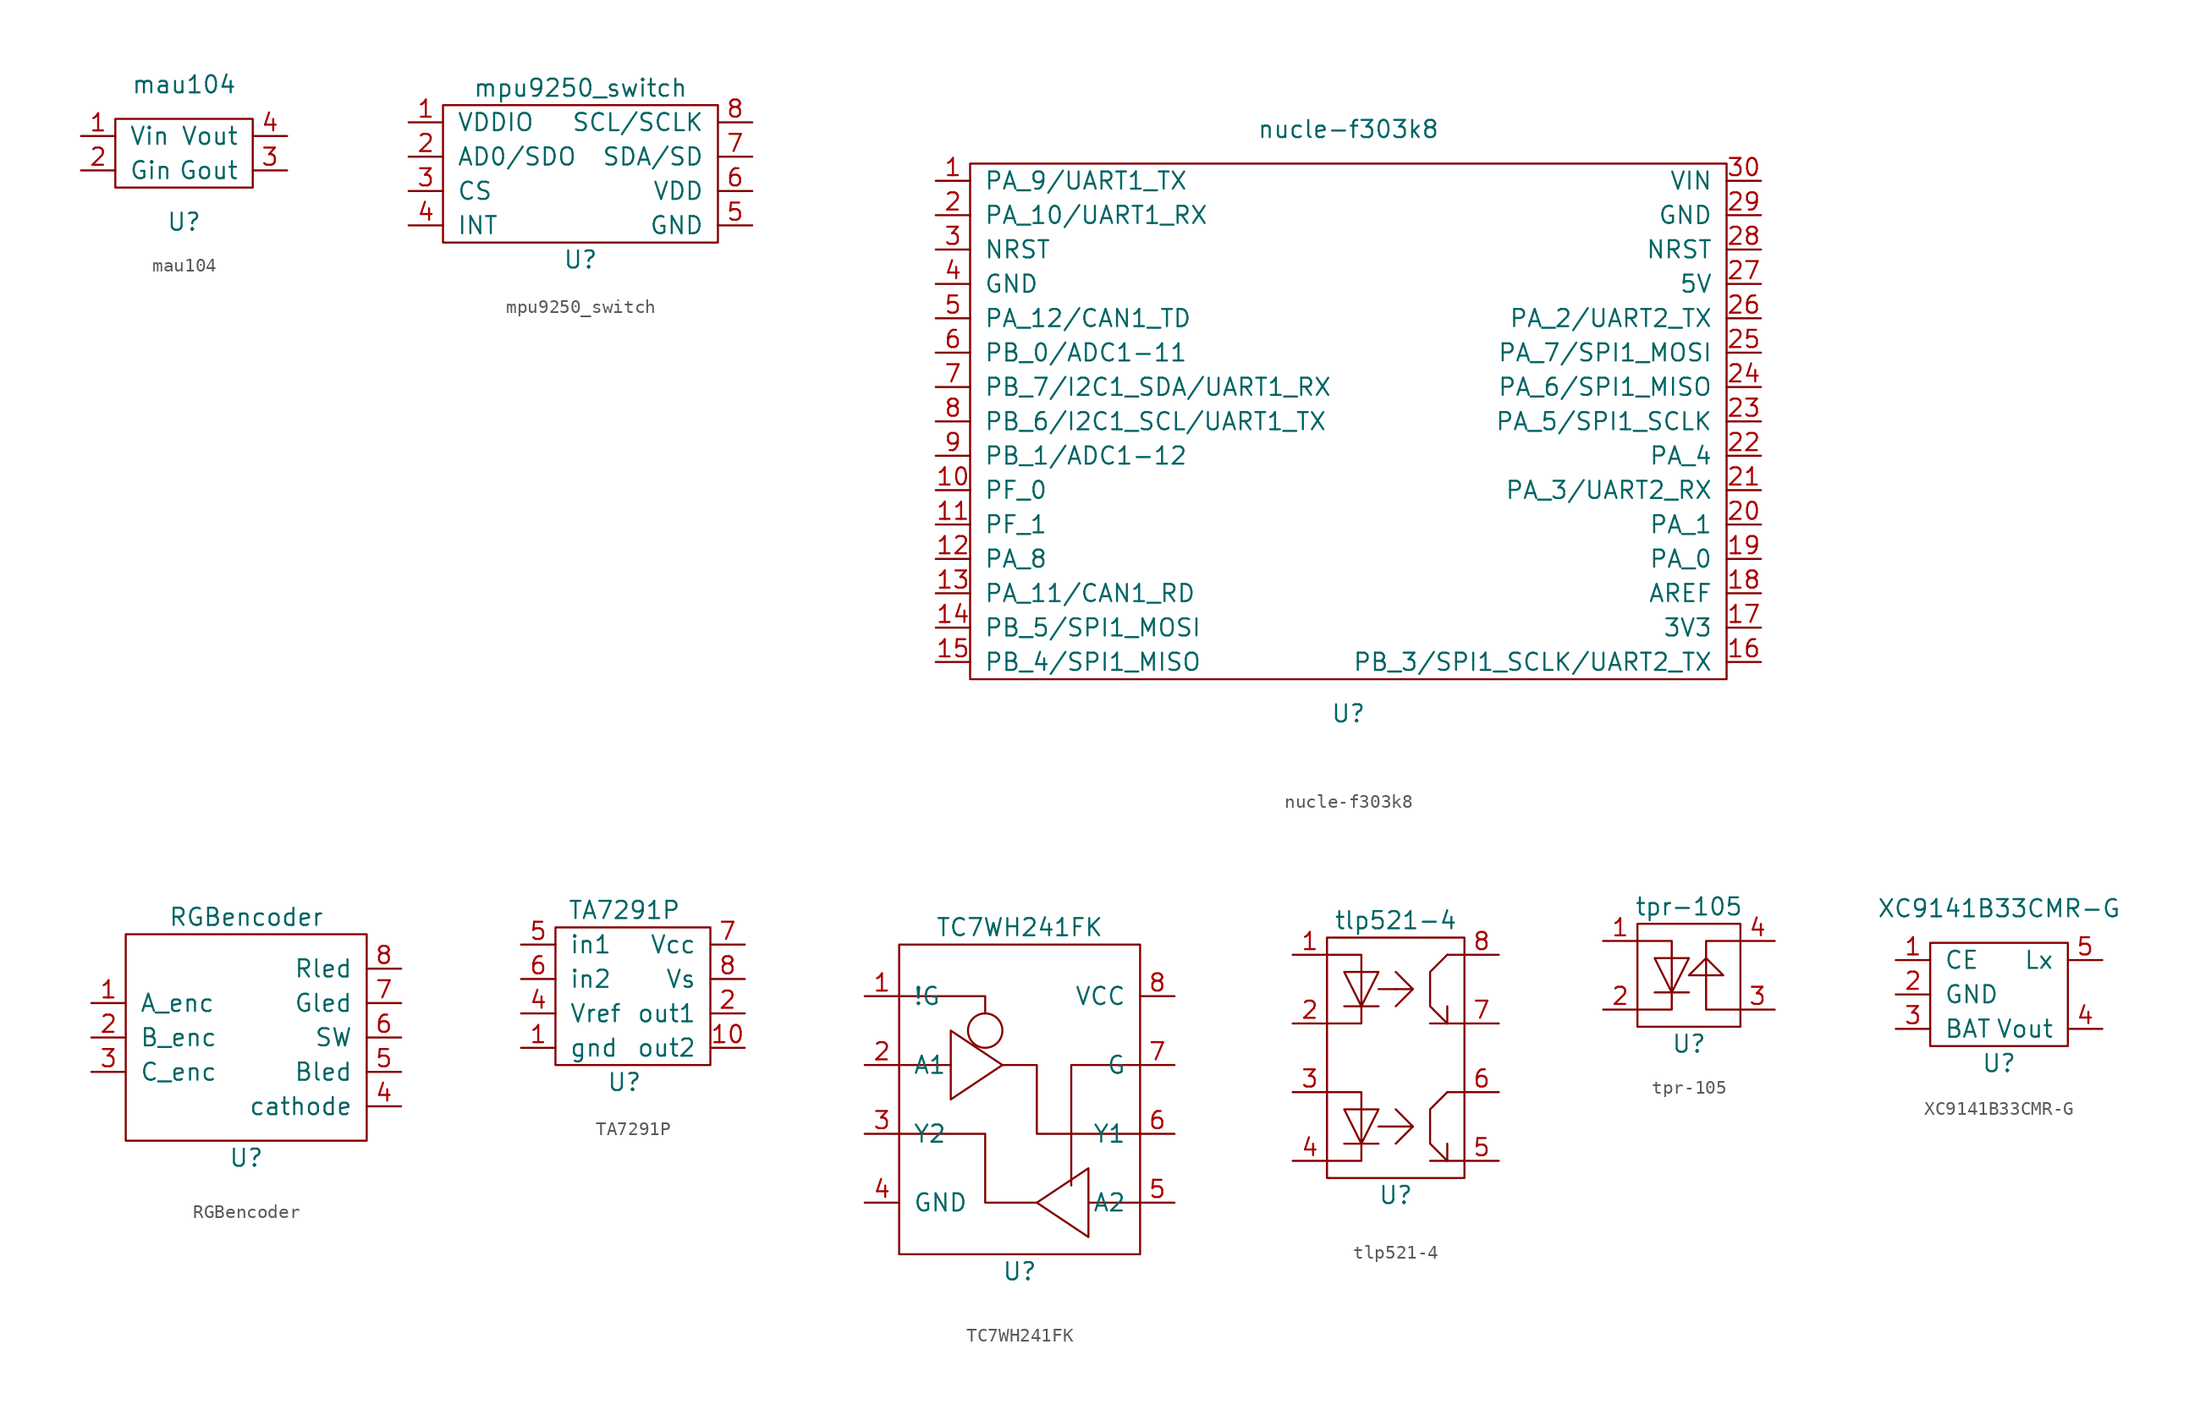
<source format=kicad_sym>
(kicad_symbol_lib
  (version 20211014)
  (generator kicad_symbol_editor)
  (symbol "mau104"
    (pin_names
      (offset 1.016))
    (property "Reference" "U"
      (at 0 -5.08 0)
      (effects (font (size 1.27 1.27))))
    (property "Value" "mau104"
      (at 0 5.08 0)
      (effects (font (size 1.27 1.27))))
    (symbol "mau104_0_1"
      (rectangle (start -5.08 2.54) (end 5.08 -2.54) (stroke (width 0) (type default) (color 0 0 0 0)) (fill (type none))))
    (symbol "mau104_1_1"
      (pin input line (at -7.62 1.27 0) (length 2.54) (name "Vin" (effects (font (size 1.27 1.27)))) (number "1" (effects (font (size 1.27 1.27)))))
      (pin input line (at -7.62 -1.27 0) (length 2.54) (name "Gin" (effects (font (size 1.27 1.27)))) (number "2" (effects (font (size 1.27 1.27)))))
      (pin input line (at 7.62 -1.27 180) (length 2.54) (name "Gout" (effects (font (size 1.27 1.27)))) (number "3" (effects (font (size 1.27 1.27)))))
      (pin input line (at 7.62 1.27 180) (length 2.54) (name "Vout" (effects (font (size 1.27 1.27)))) (number "4" (effects (font (size 1.27 1.27)))))))
  (symbol "mpu9250_switch"
    (pin_names
      (offset 1.016))
    (property "Reference" "U"
      (at 0 -6.35 0)
      (effects (font (size 1.27 1.27))))
    (property "Value" "mpu9250_switch"
      (at 0 6.35 0)
      (effects (font (size 1.27 1.27))))
    (symbol "mpu9250_switch_0_1"
      (rectangle (start 10.16 5.08) (end -10.16 -5.08) (stroke (width 0) (type default) (color 0 0 0 0)) (fill (type none))))
    (symbol "mpu9250_switch_1_1"
      (pin input line (at -12.7 3.81 0) (length 2.54) (name "VDDIO" (effects (font (size 1.27 1.27)))) (number "1" (effects (font (size 1.27 1.27)))))
      (pin input line (at -12.7 1.27 0) (length 2.54) (name "AD0/SDO" (effects (font (size 1.27 1.27)))) (number "2" (effects (font (size 1.27 1.27)))))
      (pin input line (at -12.7 -1.27 0) (length 2.54) (name "CS" (effects (font (size 1.27 1.27)))) (number "3" (effects (font (size 1.27 1.27)))))
      (pin input line (at -12.7 -3.81 0) (length 2.54) (name "INT" (effects (font (size 1.27 1.27)))) (number "4" (effects (font (size 1.27 1.27)))))
      (pin input line (at 12.7 -3.81 180) (length 2.54) (name "GND" (effects (font (size 1.27 1.27)))) (number "5" (effects (font (size 1.27 1.27)))))
      (pin input line (at 12.7 -1.27 180) (length 2.54) (name "VDD" (effects (font (size 1.27 1.27)))) (number "6" (effects (font (size 1.27 1.27)))))
      (pin input line (at 12.7 1.27 180) (length 2.54) (name "SDA/SD" (effects (font (size 1.27 1.27)))) (number "7" (effects (font (size 1.27 1.27)))))
      (pin input line (at 12.7 3.81 180) (length 2.54) (name "SCL/SCLK" (effects (font (size 1.27 1.27)))) (number "8" (effects (font (size 1.27 1.27)))))))
  (symbol "nucle-f303k8"
    (pin_names
      (offset 1.016))
    (property "Reference" "U"
      (at 0 -21.59 0)
      (effects (font (size 1.27 1.27))))
    (property "Value" "nucle-f303k8"
      (at 0 21.59 0)
      (effects (font (size 1.27 1.27))))
    (symbol "nucle-f303k8_0_1"
      (rectangle (start -27.94 19.05) (end 27.94 -19.05) (stroke (width 0) (type default) (color 0 0 0 0)) (fill (type none))))
    (symbol "nucle-f303k8_1_1"
      (pin input line (at -30.48 17.78 0) (length 2.54) (name "PA_9/UART1_TX" (effects (font (size 1.27 1.27)))) (number "1" (effects (font (size 1.27 1.27)))))
      (pin input line (at -30.48 -5.08 0) (length 2.54) (name "PF_0" (effects (font (size 1.27 1.27)))) (number "10" (effects (font (size 1.27 1.27)))))
      (pin input line (at -30.48 -7.62 0) (length 2.54) (name "PF_1" (effects (font (size 1.27 1.27)))) (number "11" (effects (font (size 1.27 1.27)))))
      (pin input line (at -30.48 -10.16 0) (length 2.54) (name "PA_8" (effects (font (size 1.27 1.27)))) (number "12" (effects (font (size 1.27 1.27)))))
      (pin input line (at -30.48 -12.7 0) (length 2.54) (name "PA_11/CAN1_RD" (effects (font (size 1.27 1.27)))) (number "13" (effects (font (size 1.27 1.27)))))
      (pin input line (at -30.48 -15.24 0) (length 2.54) (name "PB_5/SPI1_MOSI" (effects (font (size 1.27 1.27)))) (number "14" (effects (font (size 1.27 1.27)))))
      (pin input line (at -30.48 -17.78 0) (length 2.54) (name "PB_4/SPI1_MISO" (effects (font (size 1.27 1.27)))) (number "15" (effects (font (size 1.27 1.27)))))
      (pin input line (at 30.48 -17.78 180) (length 2.54) (name "PB_3/SPI1_SCLK/UART2_TX" (effects (font (size 1.27 1.27)))) (number "16" (effects (font (size 1.27 1.27)))))
      (pin input line (at 30.48 -15.24 180) (length 2.54) (name "3V3" (effects (font (size 1.27 1.27)))) (number "17" (effects (font (size 1.27 1.27)))))
      (pin input line (at 30.48 -12.7 180) (length 2.54) (name "AREF" (effects (font (size 1.27 1.27)))) (number "18" (effects (font (size 1.27 1.27)))))
      (pin input line (at 30.48 -10.16 180) (length 2.54) (name "PA_0" (effects (font (size 1.27 1.27)))) (number "19" (effects (font (size 1.27 1.27)))))
      (pin input line (at -30.48 15.24 0) (length 2.54) (name "PA_10/UART1_RX" (effects (font (size 1.27 1.27)))) (number "2" (effects (font (size 1.27 1.27)))))
      (pin input line (at 30.48 -7.62 180) (length 2.54) (name "PA_1" (effects (font (size 1.27 1.27)))) (number "20" (effects (font (size 1.27 1.27)))))
      (pin input line (at 30.48 -5.08 180) (length 2.54) (name "PA_3/UART2_RX" (effects (font (size 1.27 1.27)))) (number "21" (effects (font (size 1.27 1.27)))))
      (pin input line (at 30.48 -2.54 180) (length 2.54) (name "PA_4" (effects (font (size 1.27 1.27)))) (number "22" (effects (font (size 1.27 1.27)))))
      (pin input line (at 30.48 0 180) (length 2.54) (name "PA_5/SPI1_SCLK" (effects (font (size 1.27 1.27)))) (number "23" (effects (font (size 1.27 1.27)))))
      (pin input line (at 30.48 2.54 180) (length 2.54) (name "PA_6/SPI1_MISO" (effects (font (size 1.27 1.27)))) (number "24" (effects (font (size 1.27 1.27)))))
      (pin input line (at 30.48 5.08 180) (length 2.54) (name "PA_7/SPI1_MOSI" (effects (font (size 1.27 1.27)))) (number "25" (effects (font (size 1.27 1.27)))))
      (pin input line (at 30.48 7.62 180) (length 2.54) (name "PA_2/UART2_TX" (effects (font (size 1.27 1.27)))) (number "26" (effects (font (size 1.27 1.27)))))
      (pin input line (at 30.48 10.16 180) (length 2.54) (name "5V" (effects (font (size 1.27 1.27)))) (number "27" (effects (font (size 1.27 1.27)))))
      (pin input line (at 30.48 12.7 180) (length 2.54) (name "NRST" (effects (font (size 1.27 1.27)))) (number "28" (effects (font (size 1.27 1.27)))))
      (pin input line (at 30.48 15.24 180) (length 2.54) (name "GND" (effects (font (size 1.27 1.27)))) (number "29" (effects (font (size 1.27 1.27)))))
      (pin input line (at -30.48 12.7 0) (length 2.54) (name "NRST" (effects (font (size 1.27 1.27)))) (number "3" (effects (font (size 1.27 1.27)))))
      (pin input line (at 30.48 17.78 180) (length 2.54) (name "VIN" (effects (font (size 1.27 1.27)))) (number "30" (effects (font (size 1.27 1.27)))))
      (pin input line (at -30.48 10.16 0) (length 2.54) (name "GND" (effects (font (size 1.27 1.27)))) (number "4" (effects (font (size 1.27 1.27)))))
      (pin input line (at -30.48 7.62 0) (length 2.54) (name "PA_12/CAN1_TD" (effects (font (size 1.27 1.27)))) (number "5" (effects (font (size 1.27 1.27)))))
      (pin input line (at -30.48 5.08 0) (length 2.54) (name "PB_0/ADC1-11" (effects (font (size 1.27 1.27)))) (number "6" (effects (font (size 1.27 1.27)))))
      (pin input line (at -30.48 2.54 0) (length 2.54) (name "PB_7/I2C1_SDA/UART1_RX" (effects (font (size 1.27 1.27)))) (number "7" (effects (font (size 1.27 1.27)))))
      (pin input line (at -30.48 0 0) (length 2.54) (name "PB_6/I2C1_SCL/UART1_TX" (effects (font (size 1.27 1.27)))) (number "8" (effects (font (size 1.27 1.27)))))
      (pin input line (at -30.48 -2.54 0) (length 2.54) (name "PB_1/ADC1-12" (effects (font (size 1.27 1.27)))) (number "9" (effects (font (size 1.27 1.27)))))))
  (symbol "RGBencoder"
    (pin_names
      (offset 1.016))
    (property "Reference" "U"
      (at 0 -8.89 0)
      (effects (font (size 1.27 1.27))))
    (property "Value" "RGBencoder"
      (at 0 8.89 0)
      (effects (font (size 1.27 1.27))))
    (symbol "RGBencoder_0_1"
      (rectangle (start 8.89 7.62) (end -8.89 -7.62) (stroke (width 0) (type default) (color 0 0 0 0)) (fill (type none))))
    (symbol "RGBencoder_1_1"
      (pin input line (at -11.43 2.54 0) (length 2.54) (name "A_enc" (effects (font (size 1.27 1.27)))) (number "1" (effects (font (size 1.27 1.27)))))
      (pin input line (at -11.43 0 0) (length 2.54) (name "B_enc" (effects (font (size 1.27 1.27)))) (number "2" (effects (font (size 1.27 1.27)))))
      (pin input line (at -11.43 -2.54 0) (length 2.54) (name "C_enc" (effects (font (size 1.27 1.27)))) (number "3" (effects (font (size 1.27 1.27)))))
      (pin input line (at 11.43 -5.08 180) (length 2.54) (name "cathode" (effects (font (size 1.27 1.27)))) (number "4" (effects (font (size 1.27 1.27)))))
      (pin input line (at 11.43 -2.54 180) (length 2.54) (name "Bled" (effects (font (size 1.27 1.27)))) (number "5" (effects (font (size 1.27 1.27)))))
      (pin input line (at 11.43 0 180) (length 2.54) (name "SW" (effects (font (size 1.27 1.27)))) (number "6" (effects (font (size 1.27 1.27)))))
      (pin input line (at 11.43 2.54 180) (length 2.54) (name "Gled" (effects (font (size 1.27 1.27)))) (number "7" (effects (font (size 1.27 1.27)))))
      (pin input line (at 11.43 5.08 180) (length 2.54) (name "Rled" (effects (font (size 1.27 1.27)))) (number "8" (effects (font (size 1.27 1.27)))))))
  (symbol "TA7291P"
    (pin_names
      (offset 1.016))
    (property "Reference" "U"
      (at 0 -5.08 0)
      (effects (font (size 1.27 1.27))))
    (property "Value" "TA7291P"
      (at 0 7.62 0)
      (effects (font (size 1.27 1.27))))
    (symbol "TA7291P_0_1"
      (rectangle (start -5.08 6.35) (end 6.35 -3.81) (stroke (width 0) (type default) (color 0 0 0 0)) (fill (type none))))
    (symbol "TA7291P_1_1"
      (pin input line (at -7.62 -2.54 0) (length 2.54) (name "gnd" (effects (font (size 1.27 1.27)))) (number "1" (effects (font (size 1.27 1.27)))))
      (pin input line (at 8.89 -2.54 180) (length 2.54) (name "out2" (effects (font (size 1.27 1.27)))) (number "10" (effects (font (size 1.27 1.27)))))
      (pin input line (at 8.89 0 180) (length 2.54) (name "out1" (effects (font (size 1.27 1.27)))) (number "2" (effects (font (size 1.27 1.27)))))
      (pin input line (at -7.62 0 0) (length 2.54) (name "Vref" (effects (font (size 1.27 1.27)))) (number "4" (effects (font (size 1.27 1.27)))))
      (pin input line (at -7.62 5.08 0) (length 2.54) (name "in1" (effects (font (size 1.27 1.27)))) (number "5" (effects (font (size 1.27 1.27)))))
      (pin input line (at -7.62 2.54 0) (length 2.54) (name "in2" (effects (font (size 1.27 1.27)))) (number "6" (effects (font (size 1.27 1.27)))))
      (pin input line (at 8.89 5.08 180) (length 2.54) (name "Vcc" (effects (font (size 1.27 1.27)))) (number "7" (effects (font (size 1.27 1.27)))))
      (pin input line (at 8.89 2.54 180) (length 2.54) (name "Vs" (effects (font (size 1.27 1.27)))) (number "8" (effects (font (size 1.27 1.27)))))))
  (symbol "TC7WH241FK"
    (pin_names
      (offset 1.016))
    (property "Reference" "U"
      (at 0 -12.7 0)
      (effects (font (size 1.27 1.27))))
    (property "Value" "TC7WH241FK"
      (at 0 12.7 0)
      (effects (font (size 1.27 1.27))))
    (symbol "TC7WH241FK_0_1"
      (circle (center -2.54 5.08) (radius 1.27) (stroke (width 0) (type default) (color 0 0 0 0)) (fill (type none)))
      (polyline (pts (xy -8.89 2.54) (xy -5.08 2.54)) (stroke (width 0) (type default) (color 0 0 0 0)) (fill (type none)))
      (polyline (pts (xy -8.89 7.62) (xy -2.54 7.62) (xy -2.54 6.35)) (stroke (width 0) (type default) (color 0 0 0 0)) (fill (type none)))
      (polyline (pts (xy 3.81 -6.35) (xy 3.81 2.54) (xy 8.89 2.54)) (stroke (width 0) (type default) (color 0 0 0 0)) (fill (type none)))
      (polyline (pts (xy -5.08 5.08) (xy -1.27 2.54) (xy -5.08 0) (xy -5.08 5.08)) (stroke (width 0) (type default) (color 0 0 0 0)) (fill (type none)))
      (polyline (pts (xy 1.27 -7.62) (xy -2.54 -7.62) (xy -2.54 -2.54) (xy -8.89 -2.54)) (stroke (width 0) (type default) (color 0 0 0 0)) (fill (type none)))
      (polyline (pts (xy 8.89 -2.54) (xy 1.27 -2.54) (xy 1.27 2.54) (xy -1.27 2.54)) (stroke (width 0) (type default) (color 0 0 0 0)) (fill (type none)))
      (polyline (pts (xy 8.89 -7.62) (xy 5.08 -7.62) (xy 5.08 -5.08) (xy 1.27 -7.62) (xy 5.08 -10.16) (xy 5.08 -7.62)) (stroke (width 0) (type default) (color 0 0 0 0)) (fill (type none)))
      (rectangle (start 8.89 11.43) (end -8.89 -11.43) (stroke (width 0) (type default) (color 0 0 0 0)) (fill (type none))))
    (symbol "TC7WH241FK_1_1"
      (pin input line (at -11.43 7.62 0) (length 2.54) (name "!G" (effects (font (size 1.27 1.27)))) (number "1" (effects (font (size 1.27 1.27)))))
      (pin input line (at -11.43 2.54 0) (length 2.54) (name "A1" (effects (font (size 1.27 1.27)))) (number "2" (effects (font (size 1.27 1.27)))))
      (pin input line (at -11.43 -2.54 0) (length 2.54) (name "Y2" (effects (font (size 1.27 1.27)))) (number "3" (effects (font (size 1.27 1.27)))))
      (pin input line (at -11.43 -7.62 0) (length 2.54) (name "GND" (effects (font (size 1.27 1.27)))) (number "4" (effects (font (size 1.27 1.27)))))
      (pin input line (at 11.43 -7.62 180) (length 2.54) (name "A2" (effects (font (size 1.27 1.27)))) (number "5" (effects (font (size 1.27 1.27)))))
      (pin input line (at 11.43 -2.54 180) (length 2.54) (name "Y1" (effects (font (size 1.27 1.27)))) (number "6" (effects (font (size 1.27 1.27)))))
      (pin input line (at 11.43 2.54 180) (length 2.54) (name "G" (effects (font (size 1.27 1.27)))) (number "7" (effects (font (size 1.27 1.27)))))
      (pin input line (at 11.43 7.62 180) (length 2.54) (name "VCC" (effects (font (size 1.27 1.27)))) (number "8" (effects (font (size 1.27 1.27)))))))
  (symbol "tlp521-4"
    (pin_names
      (offset 1.016))
    (property "Reference" "U"
      (at 0 -10.16 0)
      (effects (font (size 1.27 1.27))))
    (property "Value" "tlp521-4"
      (at 0 10.16 0)
      (effects (font (size 1.27 1.27))))
    (symbol "tlp521-4_0_1"
      (rectangle (start -5.08 8.89) (end 5.08 -8.89) (stroke (width 0) (type default) (color 0 0 0 0)) (fill (type none)))
      (polyline (pts (xy -3.81 -6.35) (xy -1.27 -6.35)) (stroke (width 0) (type default) (color 0 0 0 0)) (fill (type none)))
      (polyline (pts (xy -3.81 3.81) (xy -1.27 3.81)) (stroke (width 0) (type default) (color 0 0 0 0)) (fill (type none)))
      (polyline (pts (xy 0 -6.35) (xy 1.27 -5.08)) (stroke (width 0) (type default) (color 0 0 0 0)) (fill (type none)))
      (polyline (pts (xy 0 3.81) (xy 1.27 5.08)) (stroke (width 0) (type default) (color 0 0 0 0)) (fill (type none)))
      (polyline (pts (xy 0 5.08) (xy -1.27 5.08)) (stroke (width 0) (type default) (color 0 0 0 0)) (fill (type none)))
      (polyline (pts (xy 3.81 -7.62) (xy 3.81 -6.35)) (stroke (width 0) (type default) (color 0 0 0 0)) (fill (type none)))
      (polyline (pts (xy 3.81 -7.62) (xy 5.08 -7.62)) (stroke (width 0) (type default) (color 0 0 0 0)) (fill (type none)))
      (polyline (pts (xy 3.81 -2.54) (xy 5.08 -2.54)) (stroke (width 0) (type default) (color 0 0 0 0)) (fill (type none)))
      (polyline (pts (xy 3.81 2.54) (xy 5.08 2.54)) (stroke (width 0) (type default) (color 0 0 0 0)) (fill (type none)))
      (polyline (pts (xy 3.81 7.62) (xy 5.08 7.62)) (stroke (width 0) (type default) (color 0 0 0 0)) (fill (type none)))
      (polyline (pts (xy 0 6.35) (xy 1.27 5.08) (xy 0 5.08)) (stroke (width 0) (type default) (color 0 0 0 0)) (fill (type none)))
      (polyline (pts (xy 2.54 2.54) (xy 3.81 2.54) (xy 3.81 3.81)) (stroke (width 0) (type default) (color 0 0 0 0)) (fill (type none)))
      (polyline (pts (xy -5.08 -2.54) (xy -2.54 -2.54) (xy -2.54 -7.62) (xy -5.08 -7.62)) (stroke (width 0) (type default) (color 0 0 0 0)) (fill (type none)))
      (polyline (pts (xy -5.08 2.54) (xy -2.54 2.54) (xy -2.54 7.62) (xy -5.08 7.62)) (stroke (width 0) (type default) (color 0 0 0 0)) (fill (type none)))
      (polyline (pts (xy -3.81 -3.81) (xy -1.27 -3.81) (xy -2.54 -6.35) (xy -3.81 -3.81)) (stroke (width 0) (type default) (color 0 0 0 0)) (fill (type none)))
      (polyline (pts (xy -3.81 6.35) (xy -1.27 6.35) (xy -2.54 3.81) (xy -3.81 6.35)) (stroke (width 0) (type default) (color 0 0 0 0)) (fill (type none)))
      (polyline (pts (xy -1.27 -5.08) (xy 1.27 -5.08) (xy 0 -3.81) (xy 1.27 -5.08)) (stroke (width 0) (type default) (color 0 0 0 0)) (fill (type none)))
      (polyline (pts (xy 3.81 2.54) (xy 2.54 3.81) (xy 2.54 6.35) (xy 3.81 7.62)) (stroke (width 0) (type default) (color 0 0 0 0)) (fill (type none)))
      (polyline (pts (xy 2.54 -7.62) (xy 3.81 -7.62) (xy 2.54 -6.35) (xy 2.54 -3.81) (xy 3.81 -2.54)) (stroke (width 0) (type default) (color 0 0 0 0)) (fill (type none))))
    (symbol "tlp521-4_1_1"
      (pin input line (at -7.62 7.62 0) (length 2.54) (name "~" (effects (font (size 1.27 1.27)))) (number "1" (effects (font (size 1.27 1.27)))))
      (pin input line (at -7.62 2.54 0) (length 2.54) (name "~" (effects (font (size 1.27 1.27)))) (number "2" (effects (font (size 1.27 1.27)))))
      (pin input line (at -7.62 -2.54 0) (length 2.54) (name "~" (effects (font (size 1.27 1.27)))) (number "3" (effects (font (size 1.27 1.27)))))
      (pin input line (at -7.62 -7.62 0) (length 2.54) (name "~" (effects (font (size 1.27 1.27)))) (number "4" (effects (font (size 1.27 1.27)))))
      (pin input line (at 7.62 -7.62 180) (length 2.54) (name "~" (effects (font (size 1.27 1.27)))) (number "5" (effects (font (size 1.27 1.27)))))
      (pin input line (at 7.62 -2.54 180) (length 2.54) (name "~" (effects (font (size 1.27 1.27)))) (number "6" (effects (font (size 1.27 1.27)))))
      (pin input line (at 7.62 2.54 180) (length 2.54) (name "~" (effects (font (size 1.27 1.27)))) (number "7" (effects (font (size 1.27 1.27)))))
      (pin input line (at 7.62 7.62 180) (length 2.54) (name "~" (effects (font (size 1.27 1.27)))) (number "8" (effects (font (size 1.27 1.27)))))))
  (symbol "tpr-105"
    (pin_names
      (offset 1.016))
    (property "Reference" "U"
      (at 0 -5.08 0)
      (effects (font (size 1.27 1.27))))
    (property "Value" "tpr-105"
      (at 0 5.08 0)
      (effects (font (size 1.27 1.27))))
    (symbol "tpr-105_0_1"
      (polyline (pts (xy -2.54 -1.27) (xy 0 -1.27) (xy -1.27 -1.27)) (stroke (width 0) (type default) (color 0 0 0 0)) (fill (type none)))
      (polyline (pts (xy -3.81 2.54) (xy -1.27 2.54) (xy -1.27 -2.54) (xy -3.81 -2.54)) (stroke (width 0) (type default) (color 0 0 0 0)) (fill (type none)))
      (polyline (pts (xy 1.27 1.27) (xy 2.54 0) (xy 0 0) (xy 1.27 1.27)) (stroke (width 0) (type default) (color 0 0 0 0)) (fill (type none)))
      (polyline (pts (xy 3.81 -2.54) (xy 1.27 -2.54) (xy 1.27 2.54) (xy 3.81 2.54)) (stroke (width 0) (type default) (color 0 0 0 0)) (fill (type none)))
      (polyline (pts (xy -2.54 1.27) (xy 0 1.27) (xy -1.27 -1.27) (xy -2.54 1.27) (xy -1.27 -1.27)) (stroke (width 0) (type default) (color 0 0 0 0)) (fill (type none)))
      (rectangle (start 3.81 -3.81) (end -3.81 3.81) (stroke (width 0) (type default) (color 0 0 0 0)) (fill (type none))))
    (symbol "tpr-105_1_1"
      (pin input line (at -6.35 2.54 0) (length 2.54) (name "~" (effects (font (size 1.27 1.27)))) (number "1" (effects (font (size 1.27 1.27)))))
      (pin input line (at -6.35 -2.54 0) (length 2.54) (name "~" (effects (font (size 1.27 1.27)))) (number "2" (effects (font (size 1.27 1.27)))))
      (pin input line (at 6.35 -2.54 180) (length 2.54) (name "~" (effects (font (size 1.27 1.27)))) (number "3" (effects (font (size 1.27 1.27)))))
      (pin input line (at 6.35 2.54 180) (length 2.54) (name "~" (effects (font (size 1.27 1.27)))) (number "4" (effects (font (size 1.27 1.27)))))))
  (symbol "XC9141B33CMR-G"
    (pin_names
      (offset 1.016))
    (property "Reference" "U"
      (at 0 -5.08 0)
      (effects (font (size 1.27 1.27))))
    (property "Value" "XC9141B33CMR-G"
      (at 0 6.35 0)
      (effects (font (size 1.27 1.27))))
    (symbol "XC9141B33CMR-G_0_1"
      (rectangle (start -5.08 3.81) (end 5.08 -3.81) (stroke (width 0) (type default) (color 0 0 0 0)) (fill (type none))))
    (symbol "XC9141B33CMR-G_1_1"
      (pin input line (at -7.62 2.54 0) (length 2.54) (name "CE" (effects (font (size 1.27 1.27)))) (number "1" (effects (font (size 1.27 1.27)))))
      (pin input line (at -7.62 0 0) (length 2.54) (name "GND" (effects (font (size 1.27 1.27)))) (number "2" (effects (font (size 1.27 1.27)))))
      (pin input line (at -7.62 -2.54 0) (length 2.54) (name "BAT" (effects (font (size 1.27 1.27)))) (number "3" (effects (font (size 1.27 1.27)))))
      (pin input line (at 7.62 -2.54 180) (length 2.54) (name "Vout" (effects (font (size 1.27 1.27)))) (number "4" (effects (font (size 1.27 1.27)))))
      (pin input line (at 7.62 2.54 180) (length 2.54) (name "Lx" (effects (font (size 1.27 1.27)))) (number "5" (effects (font (size 1.27 1.27))))))))
</source>
